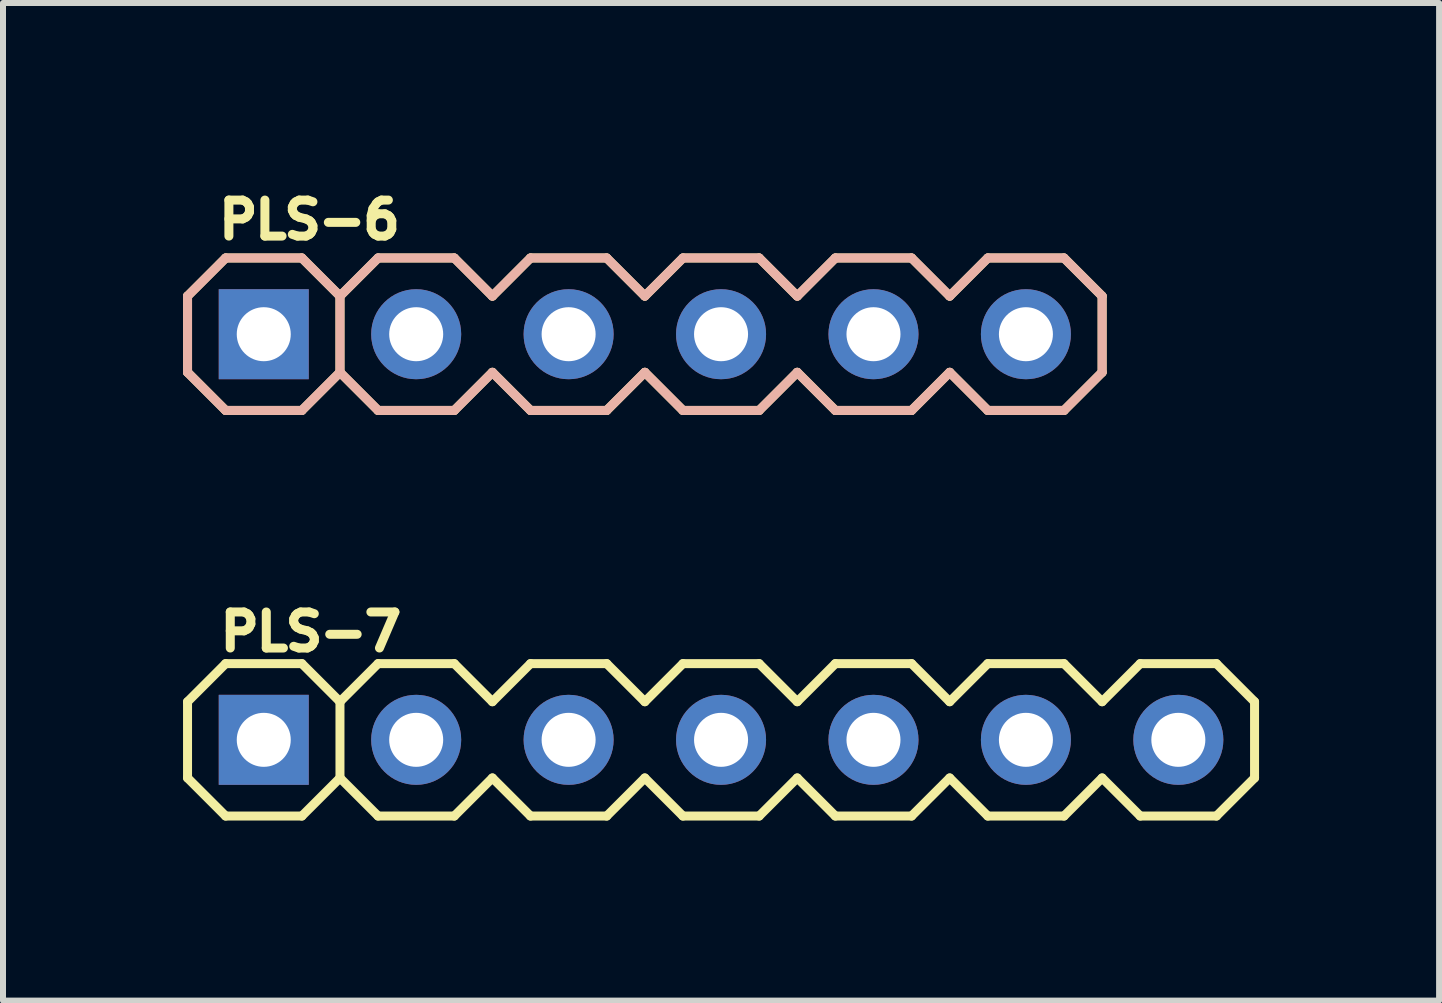
<source format=kicad_pcb>
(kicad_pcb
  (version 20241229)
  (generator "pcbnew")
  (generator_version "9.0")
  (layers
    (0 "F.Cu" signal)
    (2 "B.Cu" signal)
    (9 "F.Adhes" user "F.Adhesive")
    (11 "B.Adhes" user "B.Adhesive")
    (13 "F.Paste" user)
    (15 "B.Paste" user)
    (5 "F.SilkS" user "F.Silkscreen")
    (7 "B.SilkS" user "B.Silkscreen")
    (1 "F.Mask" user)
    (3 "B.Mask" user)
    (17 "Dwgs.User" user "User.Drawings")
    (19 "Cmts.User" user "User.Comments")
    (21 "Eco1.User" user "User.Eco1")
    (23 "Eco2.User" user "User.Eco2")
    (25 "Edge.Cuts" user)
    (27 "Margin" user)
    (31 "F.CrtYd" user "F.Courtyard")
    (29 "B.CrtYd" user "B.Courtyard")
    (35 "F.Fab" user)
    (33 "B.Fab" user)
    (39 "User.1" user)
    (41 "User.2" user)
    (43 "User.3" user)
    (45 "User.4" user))
  (footprint "PLS-6"
    (layer "F.Cu")
    (at 1.345 2.519)
    (property "Reference" "PLS-6" (at 0.762 -1.905 0) (layer "F.SilkS") (effects (font (size 0.6 0.6) (thickness 0.15))))
    (attr through_hole)
    (fp_line (start -1.27 0.635) (end -1.27 -0.635) (stroke (width 0.15) (type solid)) (layer "F.SilkS"))
    (fp_line (start -0.635 -1.27) (end -1.27 -0.635) (stroke (width 0.15) (type solid)) (layer "F.SilkS"))
    (fp_line (start -0.635 1.27) (end -1.27 0.635) (stroke (width 0.15) (type solid)) (layer "F.SilkS"))
    (fp_line (start 0.635 -1.27) (end -0.635 -1.27) (stroke (width 0.15) (type solid)) (layer "F.SilkS"))
    (fp_line (start 0.635 1.27) (end -0.635 1.27) (stroke (width 0.15) (type solid)) (layer "F.SilkS"))
    (fp_line (start 1.27 -0.635) (end 0.635 -1.27) (stroke (width 0.15) (type solid)) (layer "F.SilkS"))
    (fp_line (start 1.27 -0.635) (end 1.27 0.635) (stroke (width 0.15) (type solid)) (layer "F.SilkS"))
    (fp_line (start 1.27 0.635) (end 0.635 1.27) (stroke (width 0.15) (type solid)) (layer "F.SilkS"))
    (fp_line (start 1.905 -1.27) (end 1.27 -0.635) (stroke (width 0.15) (type solid)) (layer "F.SilkS"))
    (fp_line (start 1.905 1.27) (end 1.27 0.635) (stroke (width 0.15) (type solid)) (layer "F.SilkS"))
    (fp_line (start 3.175 -1.27) (end 1.905 -1.27) (stroke (width 0.15) (type solid)) (layer "F.SilkS"))
    (fp_line (start 3.175 1.27) (end 1.905 1.27) (stroke (width 0.15) (type solid)) (layer "F.SilkS"))
    (fp_line (start 3.81 -0.635) (end 3.175 -1.27) (stroke (width 0.15) (type solid)) (layer "F.SilkS"))
    (fp_line (start 3.81 0.635) (end 3.175 1.27) (stroke (width 0.15) (type solid)) (layer "F.SilkS"))
    (fp_line (start 4.445 -1.27) (end 3.81 -0.635) (stroke (width 0.15) (type solid)) (layer "F.SilkS"))
    (fp_line (start 4.445 1.27) (end 3.81 0.635) (stroke (width 0.15) (type solid)) (layer "F.SilkS"))
    (fp_line (start 5.715 -1.27) (end 4.445 -1.27) (stroke (width 0.15) (type solid)) (layer "F.SilkS"))
    (fp_line (start 5.715 1.27) (end 4.445 1.27) (stroke (width 0.15) (type solid)) (layer "F.SilkS"))
    (fp_line (start 6.35 -0.635) (end 5.715 -1.27) (stroke (width 0.15) (type solid)) (layer "F.SilkS"))
    (fp_line (start 6.35 0.635) (end 5.715 1.27) (stroke (width 0.15) (type solid)) (layer "F.SilkS"))
    (fp_line (start 6.985 -1.27) (end 6.35 -0.635) (stroke (width 0.15) (type solid)) (layer "F.SilkS"))
    (fp_line (start 6.985 1.27) (end 6.35 0.635) (stroke (width 0.15) (type solid)) (layer "F.SilkS"))
    (fp_line (start 8.255 -1.27) (end 6.985 -1.27) (stroke (width 0.15) (type solid)) (layer "F.SilkS"))
    (fp_line (start 8.255 1.27) (end 6.985 1.27) (stroke (width 0.15) (type solid)) (layer "F.SilkS"))
    (fp_line (start 8.89 -0.635) (end 8.255 -1.27) (stroke (width 0.15) (type solid)) (layer "F.SilkS"))
    (fp_line (start 8.89 0.635) (end 8.255 1.27) (stroke (width 0.15) (type solid)) (layer "F.SilkS"))
    (fp_line (start 9.525 -1.27) (end 8.89 -0.635) (stroke (width 0.15) (type solid)) (layer "F.SilkS"))
    (fp_line (start 9.525 1.27) (end 8.89 0.635) (stroke (width 0.15) (type solid)) (layer "F.SilkS"))
    (fp_line (start 10.795 -1.27) (end 9.525 -1.27) (stroke (width 0.15) (type solid)) (layer "F.SilkS"))
    (fp_line (start 10.795 1.27) (end 9.525 1.27) (stroke (width 0.15) (type solid)) (layer "F.SilkS"))
    (fp_line (start 11.43 -0.635) (end 10.795 -1.27) (stroke (width 0.15) (type solid)) (layer "F.SilkS"))
    (fp_line (start 11.43 0.635) (end 10.795 1.27) (stroke (width 0.15) (type solid)) (layer "F.SilkS"))
    (fp_line (start 12.065 -1.27) (end 11.43 -0.635) (stroke (width 0.15) (type solid)) (layer "F.SilkS"))
    (fp_line (start 12.065 1.27) (end 11.43 0.635) (stroke (width 0.15) (type solid)) (layer "F.SilkS"))
    (fp_line (start 13.335 -1.27) (end 12.065 -1.27) (stroke (width 0.15) (type solid)) (layer "F.SilkS"))
    (fp_line (start 13.335 1.27) (end 12.065 1.27) (stroke (width 0.15) (type solid)) (layer "F.SilkS"))
    (fp_line (start 13.97 -0.635) (end 13.335 -1.27) (stroke (width 0.15) (type solid)) (layer "F.SilkS"))
    (fp_line (start 13.97 -0.635) (end 13.97 0.635) (stroke (width 0.15) (type solid)) (layer "F.SilkS"))
    (fp_line (start 13.97 0.635) (end 13.335 1.27) (stroke (width 0.15) (type solid)) (layer "F.SilkS"))
    (fp_line (start -1.27 0.635) (end -1.27 -0.635) (stroke (width 0.15) (type solid)) (layer "B.SilkS"))
    (fp_line (start -0.635 -1.27) (end -1.27 -0.635) (stroke (width 0.15) (type solid)) (layer "B.SilkS"))
    (fp_line (start -0.635 -1.27) (end 0.635 -1.27) (stroke (width 0.15) (type solid)) (layer "B.SilkS"))
    (fp_line (start -0.635 1.27) (end -1.27 0.635) (stroke (width 0.15) (type solid)) (layer "B.SilkS"))
    (fp_line (start 0.635 1.27) (end -0.635 1.27) (stroke (width 0.15) (type solid)) (layer "B.SilkS"))
    (fp_line (start 1.27 -0.635) (end 0.635 -1.27) (stroke (width 0.15) (type solid)) (layer "B.SilkS"))
    (fp_line (start 1.27 -0.635) (end 1.27 0.635) (stroke (width 0.15) (type solid)) (layer "B.SilkS"))
    (fp_line (start 1.27 0.635) (end 0.635 1.27) (stroke (width 0.15) (type solid)) (layer "B.SilkS"))
    (fp_line (start 1.905 -1.27) (end 1.27 -0.635) (stroke (width 0.15) (type solid)) (layer "B.SilkS"))
    (fp_line (start 1.905 -1.27) (end 3.175 -1.27) (stroke (width 0.15) (type solid)) (layer "B.SilkS"))
    (fp_line (start 1.905 1.27) (end 1.27 0.635) (stroke (width 0.15) (type solid)) (layer "B.SilkS"))
    (fp_line (start 3.175 1.27) (end 1.905 1.27) (stroke (width 0.15) (type solid)) (layer "B.SilkS"))
    (fp_line (start 3.81 -0.635) (end 3.175 -1.27) (stroke (width 0.15) (type solid)) (layer "B.SilkS"))
    (fp_line (start 3.81 0.635) (end 3.175 1.27) (stroke (width 0.15) (type solid)) (layer "B.SilkS"))
    (fp_line (start 4.445 -1.27) (end 3.81 -0.635) (stroke (width 0.15) (type solid)) (layer "B.SilkS"))
    (fp_line (start 4.445 -1.27) (end 5.715 -1.27) (stroke (width 0.15) (type solid)) (layer "B.SilkS"))
    (fp_line (start 4.445 1.27) (end 3.81 0.635) (stroke (width 0.15) (type solid)) (layer "B.SilkS"))
    (fp_line (start 5.715 1.27) (end 4.445 1.27) (stroke (width 0.15) (type solid)) (layer "B.SilkS"))
    (fp_line (start 6.35 -0.635) (end 5.715 -1.27) (stroke (width 0.15) (type solid)) (layer "B.SilkS"))
    (fp_line (start 6.35 0.635) (end 5.715 1.27) (stroke (width 0.15) (type solid)) (layer "B.SilkS"))
    (fp_line (start 6.985 -1.27) (end 6.35 -0.635) (stroke (width 0.15) (type solid)) (layer "B.SilkS"))
    (fp_line (start 6.985 -1.27) (end 8.255 -1.27) (stroke (width 0.15) (type solid)) (layer "B.SilkS"))
    (fp_line (start 6.985 1.27) (end 6.35 0.635) (stroke (width 0.15) (type solid)) (layer "B.SilkS"))
    (fp_line (start 8.255 1.27) (end 6.985 1.27) (stroke (width 0.15) (type solid)) (layer "B.SilkS"))
    (fp_line (start 8.89 -0.635) (end 8.255 -1.27) (stroke (width 0.15) (type solid)) (layer "B.SilkS"))
    (fp_line (start 8.89 0.635) (end 8.255 1.27) (stroke (width 0.15) (type solid)) (layer "B.SilkS"))
    (fp_line (start 9.525 -1.27) (end 8.89 -0.635) (stroke (width 0.15) (type solid)) (layer "B.SilkS"))
    (fp_line (start 9.525 -1.27) (end 10.795 -1.27) (stroke (width 0.15) (type solid)) (layer "B.SilkS"))
    (fp_line (start 9.525 1.27) (end 8.89 0.635) (stroke (width 0.15) (type solid)) (layer "B.SilkS"))
    (fp_line (start 10.795 1.27) (end 9.525 1.27) (stroke (width 0.15) (type solid)) (layer "B.SilkS"))
    (fp_line (start 11.43 -0.635) (end 10.795 -1.27) (stroke (width 0.15) (type solid)) (layer "B.SilkS"))
    (fp_line (start 11.43 0.635) (end 10.795 1.27) (stroke (width 0.15) (type solid)) (layer "B.SilkS"))
    (fp_line (start 12.065 -1.27) (end 11.43 -0.635) (stroke (width 0.15) (type solid)) (layer "B.SilkS"))
    (fp_line (start 12.065 -1.27) (end 13.335 -1.27) (stroke (width 0.15) (type solid)) (layer "B.SilkS"))
    (fp_line (start 12.065 1.27) (end 11.43 0.635) (stroke (width 0.15) (type solid)) (layer "B.SilkS"))
    (fp_line (start 13.335 1.27) (end 12.065 1.27) (stroke (width 0.15) (type solid)) (layer "B.SilkS"))
    (fp_line (start 13.97 -0.635) (end 13.335 -1.27) (stroke (width 0.15) (type solid)) (layer "B.SilkS"))
    (fp_line (start 13.97 -0.635) (end 13.97 0.635) (stroke (width 0.15) (type solid)) (layer "B.SilkS"))
    (fp_line (start 13.97 0.635) (end 13.335 1.27) (stroke (width 0.15) (type solid)) (layer "B.SilkS"))
    (pad "1" thru_hole rect (at 0 0) (size 1.5 1.5) (drill 0.9) (layers "*.Cu" "*.Mask"))
    (pad "2" thru_hole circle (at 2.54 0) (size 1.5 1.5) (drill 0.9) (layers "*.Cu" "*.Mask"))
    (pad "3" thru_hole circle (at 5.08 0) (size 1.5 1.5) (drill 0.9) (layers "*.Cu" "*.Mask"))
    (pad "4" thru_hole circle (at 7.62 0) (size 1.5 1.5) (drill 0.9) (layers "*.Cu" "*.Mask"))
    (pad "5" thru_hole circle (at 10.16 0) (size 1.5 1.5) (drill 0.9) (layers "*.Cu" "*.Mask"))
    (pad "6" thru_hole circle (at 12.7 0) (size 1.5 1.5) (drill 0.9) (layers "*.Cu" "*.Mask")))
  (footprint "PLS-7"
    (layer "F.Cu")
    (at 8.965 9.278)
    (property "Reference" "PLS-7" (at -6.835 -1.8 0) (layer "F.SilkS") (effects (font (size 0.6 0.6) (thickness 0.15))))
    (attr through_hole)
    (fp_line (start -8.89 0.635) (end -8.89 -0.635) (stroke (width 0.15) (type solid)) (layer "F.SilkS"))
    (fp_line (start -8.255 -1.27) (end -8.89 -0.635) (stroke (width 0.15) (type solid)) (layer "F.SilkS"))
    (fp_line (start -8.255 1.27) (end -8.89 0.635) (stroke (width 0.15) (type solid)) (layer "F.SilkS"))
    (fp_line (start -6.985 -1.27) (end -8.255 -1.27) (stroke (width 0.15) (type solid)) (layer "F.SilkS"))
    (fp_line (start -6.985 1.27) (end -8.255 1.27) (stroke (width 0.15) (type solid)) (layer "F.SilkS"))
    (fp_line (start -6.35 -0.635) (end -6.985 -1.27) (stroke (width 0.15) (type solid)) (layer "F.SilkS"))
    (fp_line (start -6.35 -0.635) (end -6.35 0.635) (stroke (width 0.15) (type solid)) (layer "F.SilkS"))
    (fp_line (start -6.35 0.635) (end -6.985 1.27) (stroke (width 0.15) (type solid)) (layer "F.SilkS"))
    (fp_line (start -5.715 -1.27) (end -6.35 -0.635) (stroke (width 0.15) (type solid)) (layer "F.SilkS"))
    (fp_line (start -5.715 1.27) (end -6.35 0.635) (stroke (width 0.15) (type solid)) (layer "F.SilkS"))
    (fp_line (start -4.445 -1.27) (end -5.715 -1.27) (stroke (width 0.15) (type solid)) (layer "F.SilkS"))
    (fp_line (start -4.445 1.27) (end -5.715 1.27) (stroke (width 0.15) (type solid)) (layer "F.SilkS"))
    (fp_line (start -3.81 -0.635) (end -4.445 -1.27) (stroke (width 0.15) (type solid)) (layer "F.SilkS"))
    (fp_line (start -3.81 0.635) (end -4.445 1.27) (stroke (width 0.15) (type solid)) (layer "F.SilkS"))
    (fp_line (start -3.175 -1.27) (end -3.81 -0.635) (stroke (width 0.15) (type solid)) (layer "F.SilkS"))
    (fp_line (start -3.175 1.27) (end -3.81 0.635) (stroke (width 0.15) (type solid)) (layer "F.SilkS"))
    (fp_line (start -1.905 -1.27) (end -3.175 -1.27) (stroke (width 0.15) (type solid)) (layer "F.SilkS"))
    (fp_line (start -1.905 1.27) (end -3.175 1.27) (stroke (width 0.15) (type solid)) (layer "F.SilkS"))
    (fp_line (start -1.27 -0.635) (end -1.905 -1.27) (stroke (width 0.15) (type solid)) (layer "F.SilkS"))
    (fp_line (start -1.27 0.635) (end -1.905 1.27) (stroke (width 0.15) (type solid)) (layer "F.SilkS"))
    (fp_line (start -0.635 -1.27) (end -1.27 -0.635) (stroke (width 0.15) (type solid)) (layer "F.SilkS"))
    (fp_line (start -0.635 1.27) (end -1.27 0.635) (stroke (width 0.15) (type solid)) (layer "F.SilkS"))
    (fp_line (start 0.635 -1.27) (end -0.635 -1.27) (stroke (width 0.15) (type solid)) (layer "F.SilkS"))
    (fp_line (start 0.635 1.27) (end -0.635 1.27) (stroke (width 0.15) (type solid)) (layer "F.SilkS"))
    (fp_line (start 1.27 -0.635) (end 0.635 -1.27) (stroke (width 0.15) (type solid)) (layer "F.SilkS"))
    (fp_line (start 1.27 0.635) (end 0.635 1.27) (stroke (width 0.15) (type solid)) (layer "F.SilkS"))
    (fp_line (start 1.905 -1.27) (end 1.27 -0.635) (stroke (width 0.15) (type solid)) (layer "F.SilkS"))
    (fp_line (start 1.905 1.27) (end 1.27 0.635) (stroke (width 0.15) (type solid)) (layer "F.SilkS"))
    (fp_line (start 3.175 -1.27) (end 1.905 -1.27) (stroke (width 0.15) (type solid)) (layer "F.SilkS"))
    (fp_line (start 3.175 1.27) (end 1.905 1.27) (stroke (width 0.15) (type solid)) (layer "F.SilkS"))
    (fp_line (start 3.81 -0.635) (end 3.175 -1.27) (stroke (width 0.15) (type solid)) (layer "F.SilkS"))
    (fp_line (start 3.81 0.635) (end 3.175 1.27) (stroke (width 0.15) (type solid)) (layer "F.SilkS"))
    (fp_line (start 4.445 -1.27) (end 3.81 -0.635) (stroke (width 0.15) (type solid)) (layer "F.SilkS"))
    (fp_line (start 4.445 1.27) (end 3.81 0.635) (stroke (width 0.15) (type solid)) (layer "F.SilkS"))
    (fp_line (start 5.715 -1.27) (end 4.445 -1.27) (stroke (width 0.15) (type solid)) (layer "F.SilkS"))
    (fp_line (start 5.715 1.27) (end 4.445 1.27) (stroke (width 0.15) (type solid)) (layer "F.SilkS"))
    (fp_line (start 6.35 -0.635) (end 5.715 -1.27) (stroke (width 0.15) (type solid)) (layer "F.SilkS"))
    (fp_line (start 6.35 0.635) (end 5.715 1.27) (stroke (width 0.15) (type solid)) (layer "F.SilkS"))
    (fp_line (start 6.35 0.635) (end 6.985 1.27) (stroke (width 0.15) (type solid)) (layer "F.SilkS"))
    (fp_line (start 6.985 -1.27) (end 6.35 -0.635) (stroke (width 0.15) (type solid)) (layer "F.SilkS"))
    (fp_line (start 6.985 1.27) (end 8.255 1.27) (stroke (width 0.15) (type solid)) (layer "F.SilkS"))
    (fp_line (start 8.255 -1.27) (end 6.985 -1.27) (stroke (width 0.15) (type solid)) (layer "F.SilkS"))
    (fp_line (start 8.255 1.27) (end 8.89 0.635) (stroke (width 0.15) (type solid)) (layer "F.SilkS"))
    (fp_line (start 8.89 -0.635) (end 8.255 -1.27) (stroke (width 0.15) (type solid)) (layer "F.SilkS"))
    (fp_line (start 8.89 0.635) (end 8.89 -0.635) (stroke (width 0.15) (type solid)) (layer "F.SilkS"))
    (pad "1" thru_hole rect (at -7.62 0) (size 1.5 1.5) (drill 0.9) (layers "*.Cu" "*.Mask"))
    (pad "2" thru_hole circle (at -5.08 0) (size 1.5 1.5) (drill 0.9) (layers "*.Cu" "*.Mask"))
    (pad "3" thru_hole circle (at -2.54 0) (size 1.5 1.5) (drill 0.9) (layers "*.Cu" "*.Mask"))
    (pad "4" thru_hole circle (at 0 0) (size 1.5 1.5) (drill 0.9) (layers "*.Cu" "*.Mask"))
    (pad "5" thru_hole circle (at 2.54 0) (size 1.5 1.5) (drill 0.9) (layers "*.Cu" "*.Mask"))
    (pad "6" thru_hole circle (at 5.08 0) (size 1.5 1.5) (drill 0.9) (layers "*.Cu" "*.Mask"))
    (pad "7" thru_hole circle (at 7.62 0) (size 1.5 1.5) (drill 0.9) (layers "*.Cu" "*.Mask")))
  (gr_rect
    (start -3 -3)
    (end 20.93 13.623)
    (stroke (width 0.1) (type default))
    (fill no)
    (layer "Edge.Cuts")))
</source>
